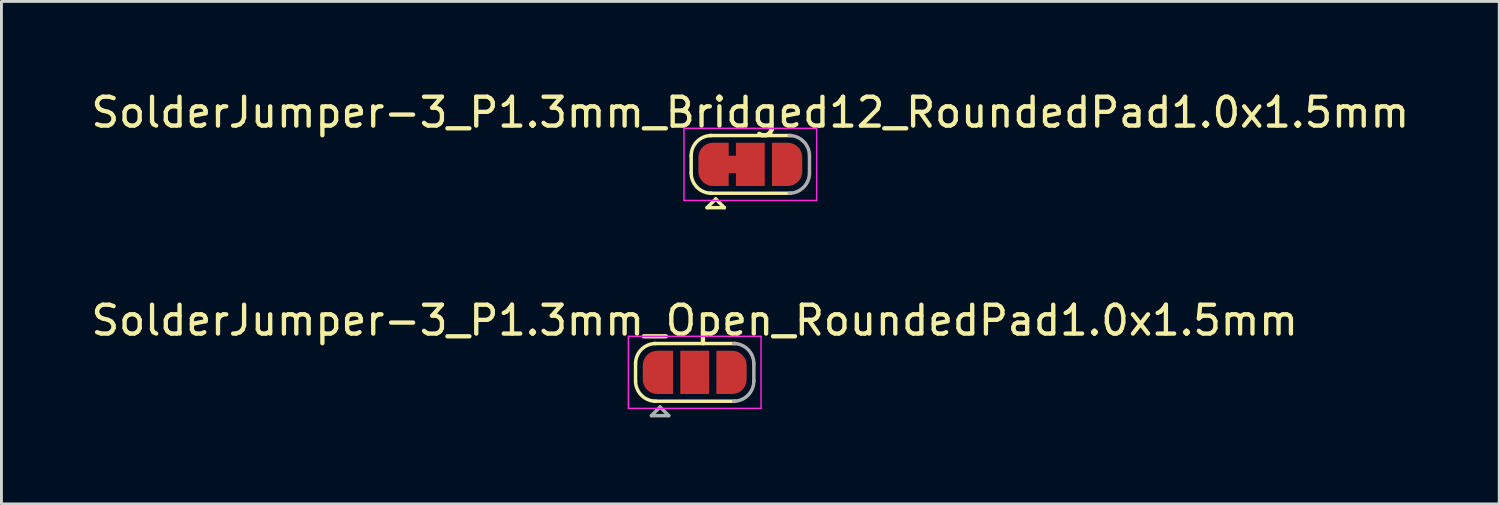
<source format=kicad_pcb>
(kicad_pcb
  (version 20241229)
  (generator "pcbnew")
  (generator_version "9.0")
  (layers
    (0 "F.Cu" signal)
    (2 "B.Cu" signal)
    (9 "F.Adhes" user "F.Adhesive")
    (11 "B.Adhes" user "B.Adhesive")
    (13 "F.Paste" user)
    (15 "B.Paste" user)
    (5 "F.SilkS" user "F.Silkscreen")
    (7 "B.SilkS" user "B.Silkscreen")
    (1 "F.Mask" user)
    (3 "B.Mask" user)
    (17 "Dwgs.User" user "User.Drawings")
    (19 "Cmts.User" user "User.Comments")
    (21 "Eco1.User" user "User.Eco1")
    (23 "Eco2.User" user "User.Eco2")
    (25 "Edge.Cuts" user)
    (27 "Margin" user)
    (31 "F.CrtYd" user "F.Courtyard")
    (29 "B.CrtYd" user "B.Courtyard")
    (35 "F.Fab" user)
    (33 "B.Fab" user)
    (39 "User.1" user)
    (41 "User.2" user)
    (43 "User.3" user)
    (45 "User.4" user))
  (footprint "SolderJumper-3_P1.3mm_Bridged12_RoundedPad1.0x1.5mm"
    (layer "F.Cu")
    (at 22.958 2.648)
    (property "Reference" "SolderJumper-3_P1.3mm_Bridged12_RoundedPad1.0x1.5mm" (at 0 -1.8 0) (layer "F.SilkS") (effects (font (size 1 1) (thickness 0.15))))
    (attr exclude_from_pos_files exclude_from_bom)
    (fp_poly (pts (xy -0.9 -0.3) (xy -0.4 -0.3) (xy -0.4 0.3) (xy -0.9 0.3)) (stroke (width 0) (type solid)) (fill yes) (layer "F.Cu"))
    (fp_poly (pts (xy -0.5 0.3) (xy -0.751 0.3) (xy -0.751 -0.3) (xy -0.5 -0.3)) (stroke (width 0.1) (type solid)) (fill yes) (layer "F.Mask"))
    (fp_poly (pts (xy 0.82 0.7) (xy -0.81 0.7) (xy -0.81 -0.7) (xy 0.82 -0.7)) (stroke (width 0.1) (type solid)) (fill yes) (layer "F.Mask"))
    (fp_line (start -2.05 0.3) (end -2.05 -0.3) (stroke (width 0.12) (type solid)) (layer "F.SilkS"))
    (fp_line (start -1.5 1.5) (end -0.9 1.5) (stroke (width 0.12) (type solid)) (layer "F.SilkS"))
    (fp_line (start -1.4 -1) (end 1.4 -1) (stroke (width 0.12) (type solid)) (layer "F.SilkS"))
    (fp_line (start -1.2 1.2) (end -1.5 1.5) (stroke (width 0.12) (type solid)) (layer "F.SilkS"))
    (fp_line (start -1.2 1.2) (end -0.9 1.5) (stroke (width 0.12) (type solid)) (layer "F.SilkS"))
    (fp_line (start 1.4 1) (end -1.4 1) (stroke (width 0.12) (type solid)) (layer "F.SilkS"))
    (fp_arc (start -2.05 -0.3) (mid -1.844975 -0.794975) (end -1.35 -1) (stroke (width 0.12) (type solid)) (layer "F.SilkS"))
    (fp_arc (start -1.35 1) (mid -1.844975 0.794975) (end -2.05 0.3) (stroke (width 0.12) (type solid)) (layer "F.SilkS"))
    (fp_line (start -2.3 -1.25) (end -2.3 1.25) (stroke (width 0.05) (type solid)) (layer "F.CrtYd"))
    (fp_line (start -2.3 -1.25) (end 2.3 -1.25) (stroke (width 0.05) (type solid)) (layer "F.CrtYd"))
    (fp_line (start 2.3 1.25) (end -2.3 1.25) (stroke (width 0.05) (type solid)) (layer "F.CrtYd"))
    (fp_line (start 2.3 1.25) (end 2.3 -1.25) (stroke (width 0.05) (type solid)) (layer "F.CrtYd"))
    (fp_line (start 2.05 -0.3) (end 2.05 0.3) (stroke (width 0.12) (type solid)) (layer "F.Fab"))
    (fp_arc (start 1.35 -1) (mid 1.844975 -0.794975) (end 2.05 -0.3) (stroke (width 0.12) (type solid)) (layer "F.Fab"))
    (fp_arc (start 2.05 0.3) (mid 1.844975 0.794975) (end 1.35 1) (stroke (width 0.12) (type solid)) (layer "F.Fab"))
    (pad "1" smd custom (at -1.3 0) (size 1 0.5) (layers "F.Cu" "F.Mask") (options (anchor rect)) (primitives (gr_circle (center 0 0.25) (end 0.5 0.25) (width 0) (fill yes)) (gr_circle (center 0 -0.25) (end 0.5 -0.25) (width 0) (fill yes)) (gr_poly (pts (xy 0.55 -0.75) (xy 0 -0.75) (xy 0 0.75) (xy 0.55 0.75)) (width 0) (fill yes))))
    (pad "2" smd rect (at 0 0) (size 1 1.5) (layers "F.Cu" "F.Mask"))
    (pad "3" smd custom (at 1.3 0) (size 1 0.5) (layers "F.Cu" "F.Mask") (options (anchor rect)) (primitives (gr_circle (center 0 0.25) (end 0.5 0.25) (width 0) (fill yes)) (gr_circle (center 0 -0.25) (end 0.5 -0.25) (width 0) (fill yes)) (gr_poly (pts (xy -0.55 -0.75) (xy 0 -0.75) (xy 0 0.75) (xy -0.55 0.75)) (width 0) (fill yes)))))
  (footprint "SolderJumper-3_P1.3mm_Open_RoundedPad1.0x1.5mm"
    (layer "F.Cu")
    (at 21.03 9.857)
    (property "Reference" "SolderJumper-3_P1.3mm_Open_RoundedPad1.0x1.5mm" (at 0 -1.8 0) (layer "F.SilkS") (effects (font (size 1 1) (thickness 0.15))))
    (attr exclude_from_pos_files exclude_from_bom)
    (fp_poly (pts (xy 0.83 0.7) (xy -0.9 0.7) (xy -0.9 -0.7) (xy 0.83 -0.7)) (stroke (width 0.1) (type solid)) (fill yes) (layer "F.Mask"))
    (fp_line (start -2.05 0.3) (end -2.05 -0.3) (stroke (width 0.12) (type solid)) (layer "F.SilkS"))
    (fp_line (start -1.4 -1) (end 1.4 -1) (stroke (width 0.12) (type solid)) (layer "F.SilkS"))
    (fp_line (start 1.4 1) (end -1.4 1) (stroke (width 0.12) (type solid)) (layer "F.SilkS"))
    (fp_arc (start -2.05 -0.3) (mid -1.844975 -0.794975) (end -1.35 -1) (stroke (width 0.12) (type solid)) (layer "F.SilkS"))
    (fp_arc (start -1.35 1) (mid -1.844975 0.794975) (end -2.05 0.3) (stroke (width 0.12) (type solid)) (layer "F.SilkS"))
    (fp_line (start -2.3 -1.25) (end -2.3 1.25) (stroke (width 0.05) (type solid)) (layer "F.CrtYd"))
    (fp_line (start -2.3 -1.25) (end 2.3 -1.25) (stroke (width 0.05) (type solid)) (layer "F.CrtYd"))
    (fp_line (start 2.3 1.25) (end -2.3 1.25) (stroke (width 0.05) (type solid)) (layer "F.CrtYd"))
    (fp_line (start 2.3 1.25) (end 2.3 -1.25) (stroke (width 0.05) (type solid)) (layer "F.CrtYd"))
    (fp_line (start -1.5 1.5) (end -0.9 1.5) (stroke (width 0.12) (type solid)) (layer "F.Fab"))
    (fp_line (start -1.2 1.2) (end -1.5 1.5) (stroke (width 0.12) (type solid)) (layer "F.Fab"))
    (fp_line (start -1.2 1.2) (end -0.9 1.5) (stroke (width 0.12) (type solid)) (layer "F.Fab"))
    (fp_line (start 2.05 -0.3) (end 2.05 0.3) (stroke (width 0.12) (type solid)) (layer "F.Fab"))
    (fp_arc (start 1.35 -1) (mid 1.844975 -0.794975) (end 2.05 -0.3) (stroke (width 0.12) (type solid)) (layer "F.Fab"))
    (fp_arc (start 2.05 0.3) (mid 1.844975 0.794975) (end 1.35 1) (stroke (width 0.12) (type solid)) (layer "F.Fab"))
    (pad "1" smd custom (at -1.3 0) (size 1 0.5) (layers "F.Cu" "F.Mask") (options (anchor rect)) (primitives (gr_circle (center 0 0.25) (end 0.5 0.25) (width 0) (fill yes)) (gr_circle (center 0 -0.25) (end 0.5 -0.25) (width 0) (fill yes)) (gr_poly (pts (xy 0.55 -0.75) (xy 0 -0.75) (xy 0 0.75) (xy 0.55 0.75)) (width 0) (fill yes))))
    (pad "2" smd rect (at 0 0) (size 1 1.5) (layers "F.Cu" "F.Mask"))
    (pad "3" smd custom (at 1.3 0) (size 1 0.5) (layers "F.Cu" "F.Mask") (options (anchor rect)) (primitives (gr_circle (center 0 0.25) (end 0.5 0.25) (width 0) (fill yes)) (gr_circle (center 0 -0.25) (end 0.5 -0.25) (width 0) (fill yes)) (gr_poly (pts (xy -0.55 -0.75) (xy 0 -0.75) (xy 0 0.75) (xy -0.55 0.75)) (width 0) (fill yes)))))
  (gr_rect
    (start -3 -3)
    (end 48.917 14.416)
    (stroke (width 0.1) (type default))
    (fill no)
    (layer "Edge.Cuts")))
</source>
